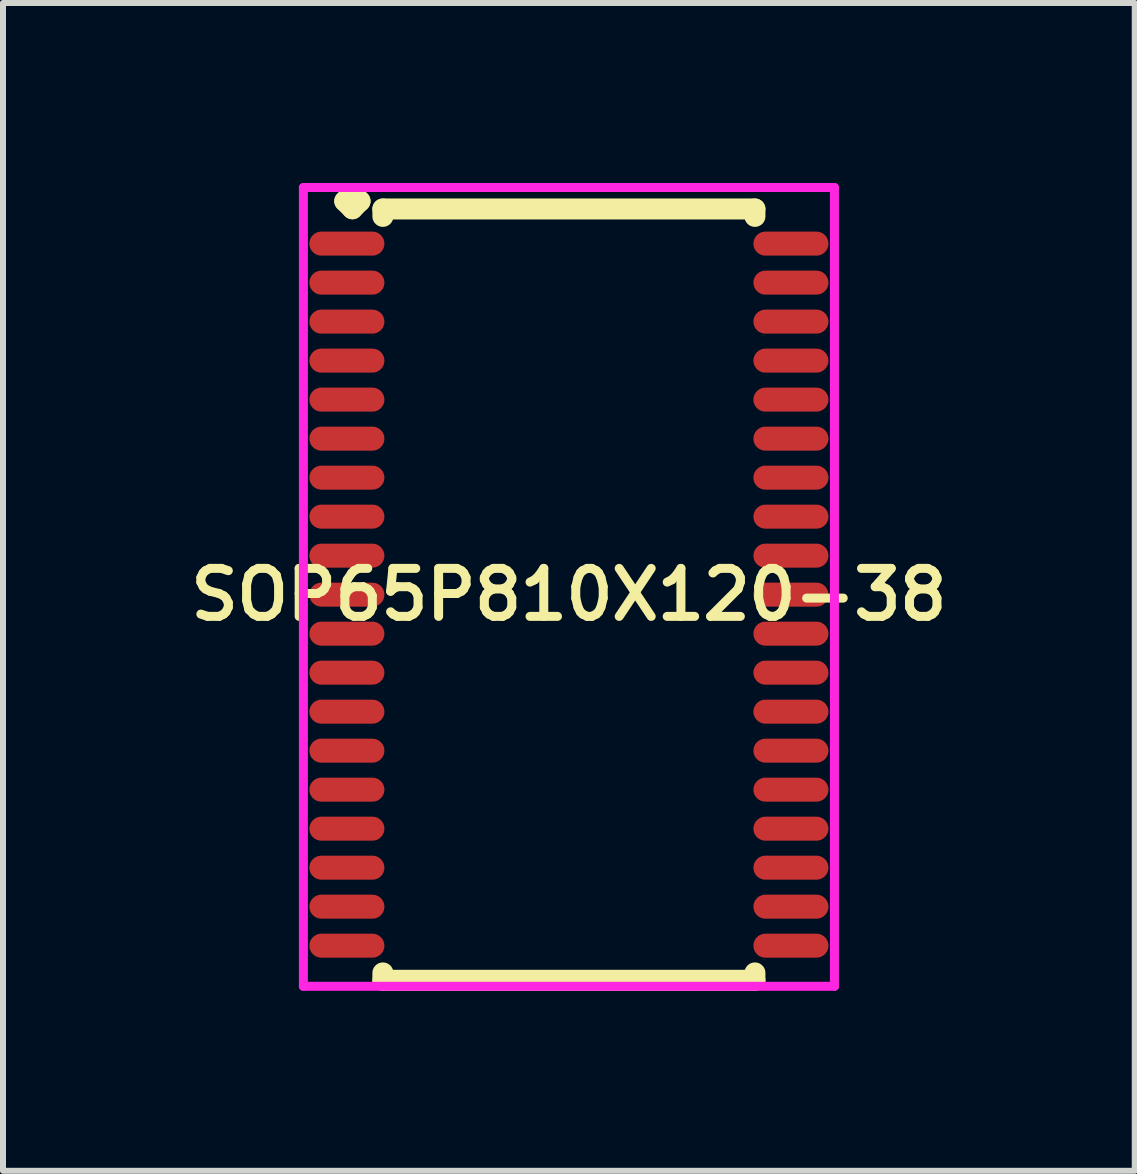
<source format=kicad_pcb>
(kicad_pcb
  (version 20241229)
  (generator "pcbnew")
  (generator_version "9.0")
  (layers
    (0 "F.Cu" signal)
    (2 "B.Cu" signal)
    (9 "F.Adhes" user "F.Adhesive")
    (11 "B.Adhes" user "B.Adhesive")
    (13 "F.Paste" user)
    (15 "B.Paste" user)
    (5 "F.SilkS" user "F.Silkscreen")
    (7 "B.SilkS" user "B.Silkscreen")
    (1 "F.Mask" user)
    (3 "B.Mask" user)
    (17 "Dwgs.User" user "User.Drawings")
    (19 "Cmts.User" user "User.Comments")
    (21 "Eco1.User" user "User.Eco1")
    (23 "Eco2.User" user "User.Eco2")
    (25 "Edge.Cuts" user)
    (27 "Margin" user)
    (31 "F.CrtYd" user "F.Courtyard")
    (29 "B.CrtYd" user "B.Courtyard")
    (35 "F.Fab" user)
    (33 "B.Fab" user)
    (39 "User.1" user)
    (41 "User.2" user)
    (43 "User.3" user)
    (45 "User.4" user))
  (footprint "SOP65P810X120-38"
    (layer "F.Cu")
    (at 6.431 6.86)
    (property "Reference" "SOP65P810X120-38" (at 0 0 0) (layer "F.SilkS") (effects (font (size 0.8 0.8) (thickness 0.15))))
    (attr smd)
    (fp_line (start -3.735 -6.558) (end -3.608 -6.685) (stroke (width 0.35) (type solid)) (layer "F.SilkS"))
    (fp_line (start -3.608 -6.685) (end -3.481 -6.558) (stroke (width 0.35) (type solid)) (layer "F.SilkS"))
    (fp_line (start -3.608 -6.431) (end -3.735 -6.558) (stroke (width 0.35) (type solid)) (layer "F.SilkS"))
    (fp_line (start -3.481 -6.558) (end -3.608 -6.431) (stroke (width 0.35) (type solid)) (layer "F.SilkS"))
    (fp_line (start -3.1 -6.427) (end 3.1 -6.427) (stroke (width 0.35) (type solid)) (layer "F.SilkS"))
    (fp_line (start -3.1 -6.304) (end -3.1 -6.427) (stroke (width 0.35) (type solid)) (layer "F.SilkS"))
    (fp_line (start -3.1 6.304) (end -3.1 6.427) (stroke (width 0.35) (type solid)) (layer "F.SilkS"))
    (fp_line (start -3.1 6.427) (end 3.1 6.427) (stroke (width 0.35) (type solid)) (layer "F.SilkS"))
    (fp_line (start 3.1 -6.427) (end 3.1 -6.304) (stroke (width 0.35) (type solid)) (layer "F.SilkS"))
    (fp_line (start 3.1 6.427) (end 3.1 6.304) (stroke (width 0.35) (type solid)) (layer "F.SilkS"))
    (fp_line (start -4.425 -6.785) (end 4.425 -6.785) (stroke (width 0.15) (type solid)) (layer "F.CrtYd"))
    (fp_line (start -4.425 6.527) (end -4.425 -6.785) (stroke (width 0.15) (type solid)) (layer "F.CrtYd"))
    (fp_line (start 4.425 -6.785) (end 4.425 6.527) (stroke (width 0.15) (type solid)) (layer "F.CrtYd"))
    (fp_line (start 4.425 6.527) (end -4.425 6.527) (stroke (width 0.15) (type solid)) (layer "F.CrtYd"))
    (pad "1" smd oval (at -3.7 -5.85) (size 1.25 0.4) (layers "F.Cu" "F.Mask" "F.Paste"))
    (pad "2" smd oval (at -3.7 -5.2) (size 1.25 0.4) (layers "F.Cu" "F.Mask" "F.Paste"))
    (pad "3" smd oval (at -3.7 -4.55) (size 1.25 0.4) (layers "F.Cu" "F.Mask" "F.Paste"))
    (pad "4" smd oval (at -3.7 -3.9) (size 1.25 0.4) (layers "F.Cu" "F.Mask" "F.Paste"))
    (pad "5" smd oval (at -3.7 -3.25) (size 1.25 0.4) (layers "F.Cu" "F.Mask" "F.Paste"))
    (pad "6" smd oval (at -3.7 -2.6) (size 1.25 0.4) (layers "F.Cu" "F.Mask" "F.Paste"))
    (pad "7" smd oval (at -3.7 -1.95) (size 1.25 0.4) (layers "F.Cu" "F.Mask" "F.Paste"))
    (pad "8" smd oval (at -3.7 -1.3) (size 1.25 0.4) (layers "F.Cu" "F.Mask" "F.Paste"))
    (pad "9" smd oval (at -3.7 -0.65) (size 1.25 0.4) (layers "F.Cu" "F.Mask" "F.Paste"))
    (pad "10" smd oval (at -3.7 0) (size 1.25 0.4) (layers "F.Cu" "F.Mask" "F.Paste"))
    (pad "11" smd oval (at -3.7 0.65) (size 1.25 0.4) (layers "F.Cu" "F.Mask" "F.Paste"))
    (pad "12" smd oval (at -3.7 1.3) (size 1.25 0.4) (layers "F.Cu" "F.Mask" "F.Paste"))
    (pad "13" smd oval (at -3.7 1.95) (size 1.25 0.4) (layers "F.Cu" "F.Mask" "F.Paste"))
    (pad "14" smd oval (at -3.7 2.6) (size 1.25 0.4) (layers "F.Cu" "F.Mask" "F.Paste"))
    (pad "15" smd oval (at -3.7 3.25) (size 1.25 0.4) (layers "F.Cu" "F.Mask" "F.Paste"))
    (pad "16" smd oval (at -3.7 3.9) (size 1.25 0.4) (layers "F.Cu" "F.Mask" "F.Paste"))
    (pad "17" smd oval (at -3.7 4.55) (size 1.25 0.4) (layers "F.Cu" "F.Mask" "F.Paste"))
    (pad "18" smd oval (at -3.7 5.2) (size 1.25 0.4) (layers "F.Cu" "F.Mask" "F.Paste"))
    (pad "19" smd oval (at -3.7 5.85) (size 1.25 0.4) (layers "F.Cu" "F.Mask" "F.Paste"))
    (pad "20" smd oval (at 3.7 5.85) (size 1.25 0.4) (layers "F.Cu" "F.Mask" "F.Paste"))
    (pad "21" smd oval (at 3.7 5.2) (size 1.25 0.4) (layers "F.Cu" "F.Mask" "F.Paste"))
    (pad "22" smd oval (at 3.7 4.55) (size 1.25 0.4) (layers "F.Cu" "F.Mask" "F.Paste"))
    (pad "23" smd oval (at 3.7 3.9) (size 1.25 0.4) (layers "F.Cu" "F.Mask" "F.Paste"))
    (pad "24" smd oval (at 3.7 3.25) (size 1.25 0.4) (layers "F.Cu" "F.Mask" "F.Paste"))
    (pad "25" smd oval (at 3.7 2.6) (size 1.25 0.4) (layers "F.Cu" "F.Mask" "F.Paste"))
    (pad "26" smd oval (at 3.7 1.95) (size 1.25 0.4) (layers "F.Cu" "F.Mask" "F.Paste"))
    (pad "27" smd oval (at 3.7 1.3) (size 1.25 0.4) (layers "F.Cu" "F.Mask" "F.Paste"))
    (pad "28" smd oval (at 3.7 0.65) (size 1.25 0.4) (layers "F.Cu" "F.Mask" "F.Paste"))
    (pad "29" smd oval (at 3.7 0) (size 1.25 0.4) (layers "F.Cu" "F.Mask" "F.Paste"))
    (pad "30" smd oval (at 3.7 -0.65) (size 1.25 0.4) (layers "F.Cu" "F.Mask" "F.Paste"))
    (pad "31" smd oval (at 3.7 -1.3) (size 1.25 0.4) (layers "F.Cu" "F.Mask" "F.Paste"))
    (pad "32" smd oval (at 3.7 -1.95) (size 1.25 0.4) (layers "F.Cu" "F.Mask" "F.Paste"))
    (pad "33" smd oval (at 3.7 -2.6) (size 1.25 0.4) (layers "F.Cu" "F.Mask" "F.Paste"))
    (pad "34" smd oval (at 3.7 -3.25) (size 1.25 0.4) (layers "F.Cu" "F.Mask" "F.Paste"))
    (pad "35" smd oval (at 3.7 -3.9) (size 1.25 0.4) (layers "F.Cu" "F.Mask" "F.Paste"))
    (pad "36" smd oval (at 3.7 -4.55) (size 1.25 0.4) (layers "F.Cu" "F.Mask" "F.Paste"))
    (pad "37" smd oval (at 3.7 -5.2) (size 1.25 0.4) (layers "F.Cu" "F.Mask" "F.Paste"))
    (pad "38" smd oval (at 3.7 -5.85) (size 1.25 0.4) (layers "F.Cu" "F.Mask" "F.Paste")))
  (gr_rect
    (start -3 -3)
    (end 15.861 16.462)
    (stroke (width 0.1) (type default))
    (fill no)
    (layer "Edge.Cuts")))
</source>
